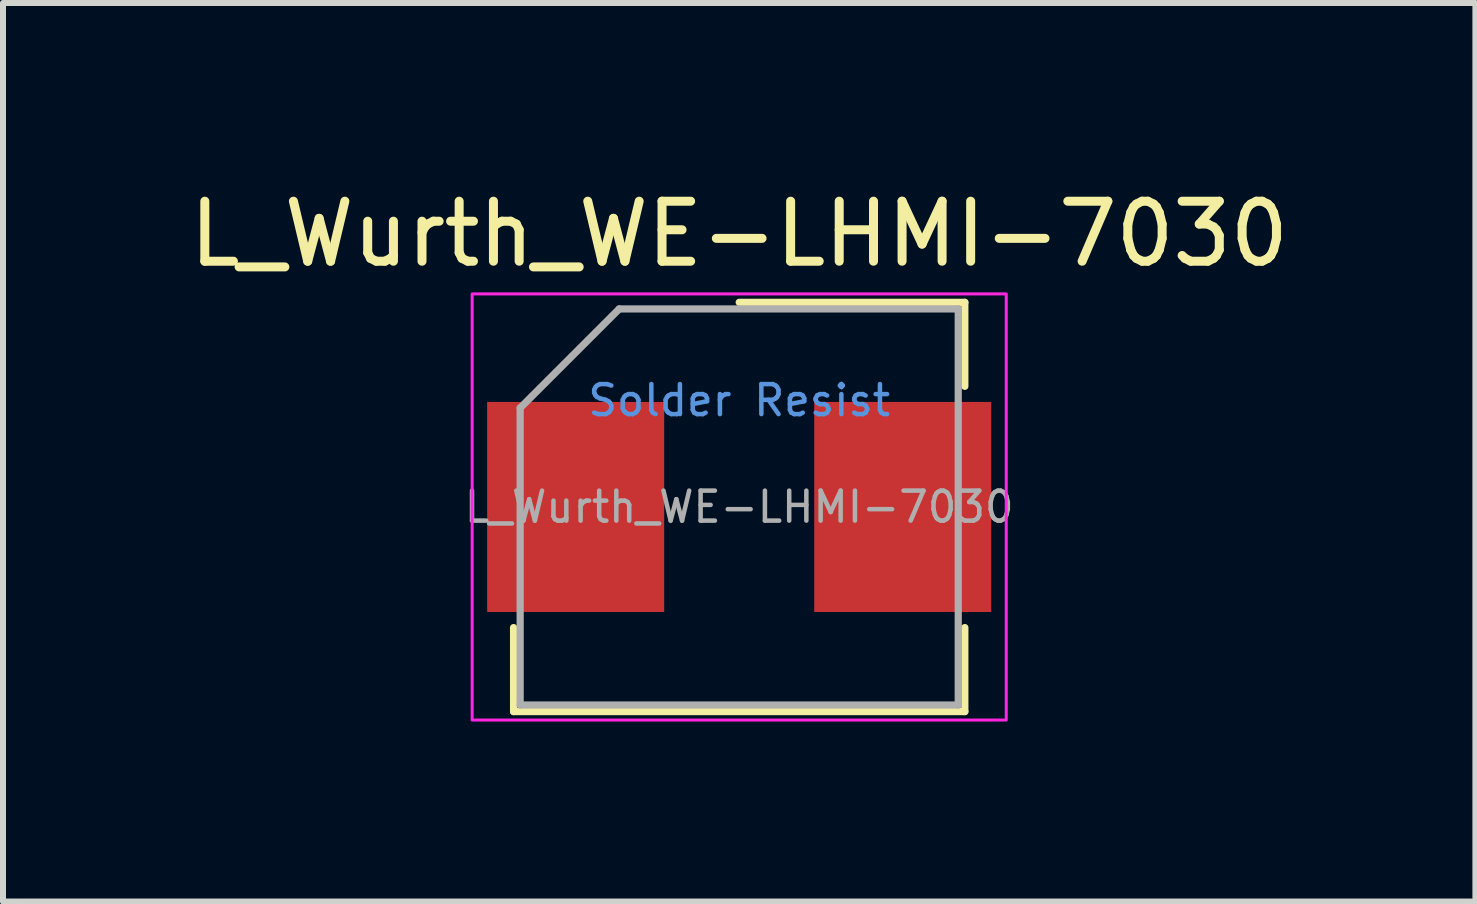
<source format=kicad_pcb>
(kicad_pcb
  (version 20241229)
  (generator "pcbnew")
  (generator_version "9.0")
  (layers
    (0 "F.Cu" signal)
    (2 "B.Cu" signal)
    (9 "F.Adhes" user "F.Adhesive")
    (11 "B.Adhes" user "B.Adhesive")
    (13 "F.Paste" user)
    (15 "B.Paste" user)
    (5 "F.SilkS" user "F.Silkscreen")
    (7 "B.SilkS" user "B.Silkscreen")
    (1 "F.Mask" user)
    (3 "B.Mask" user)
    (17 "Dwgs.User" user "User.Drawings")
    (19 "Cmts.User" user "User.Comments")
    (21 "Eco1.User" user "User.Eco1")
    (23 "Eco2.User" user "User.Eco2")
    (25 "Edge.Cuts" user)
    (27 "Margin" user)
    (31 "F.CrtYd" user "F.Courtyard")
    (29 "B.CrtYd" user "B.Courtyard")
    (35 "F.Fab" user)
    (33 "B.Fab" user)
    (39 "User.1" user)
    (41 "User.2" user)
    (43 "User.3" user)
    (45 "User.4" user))
  (footprint "L_Wurth_WE-LHMI-7030"
    (layer "F.Cu")
    (at 9.268 5.398)
    (property "Reference" "L_Wurth_WE-LHMI-7030" (at 0 -4.55 0) (unlocked yes) (layer "F.SilkS") (effects (font (size 1 1) (thickness 0.15))))
    (attr smd)
    (fp_line (start -3.76 3.41) (end -3.76 2.01) (stroke (width 0.12) (type solid)) (layer "F.SilkS"))
    (fp_line (start -3.76 3.41) (end 3.76 3.41) (stroke (width 0.12) (type solid)) (layer "F.SilkS"))
    (fp_line (start 0 -3.41) (end 3.76 -3.41) (stroke (width 0.12) (type solid)) (layer "F.SilkS"))
    (fp_line (start 3.76 -3.41) (end 3.76 -2.01) (stroke (width 0.12) (type solid)) (layer "F.SilkS"))
    (fp_line (start 3.76 3.41) (end 3.76 2.01) (stroke (width 0.12) (type solid)) (layer "F.SilkS"))
    (fp_rect (start -4.45 -3.55) (end 4.45 3.55) (stroke (width 0.05) (type solid)) (fill no) (layer "F.CrtYd"))
    (fp_line (start -3.65 -1.65) (end -3.65 3.3) (stroke (width 0.12) (type solid)) (layer "F.Fab"))
    (fp_line (start -3.65 3.3) (end 3.65 3.3) (stroke (width 0.12) (type solid)) (layer "F.Fab"))
    (fp_line (start -2 -3.3) (end -3.65 -1.65) (stroke (width 0.12) (type solid)) (layer "F.Fab"))
    (fp_line (start 3.65 -3.3) (end -2 -3.3) (stroke (width 0.12) (type solid)) (layer "F.Fab"))
    (fp_line (start 3.65 3.3) (end 3.65 -3.3) (stroke (width 0.12) (type solid)) (layer "F.Fab"))
    (fp_text user "Solder Resist" (at 0 -1.775 0) (unlocked yes) (layer "Cmts.User") (effects (font (size 0.5 0.5) (thickness 0.075))))
    (fp_text user "${REFERENCE}" (at 0 0 0) (unlocked yes) (layer "F.Fab") (effects (font (size 0.5 0.5) (thickness 0.075))))
    (pad "1" smd rect (at -2.725 0) (size 2.95 3.5) (layers "F.Cu" "F.Mask" "F.Paste"))
    (pad "2" smd rect (at 2.725 0) (size 2.95 3.5) (layers "F.Cu" "F.Mask" "F.Paste"))
    (zone (net_name "") (layers "F.Cu" "Dwgs.User") (name "Solder Resist") (hatch full 0.1) (connect_pads) (min_thickness 0.25) (filled_areas_thickness no) (keepout (tracks not_allowed) (vias not_allowed) (pads not_allowed) (copperpour not_allowed) (footprints not_allowed)) (placement (enabled no)) (fill) (polygon (pts (xy 8.018 8.948) (xy 10.518 8.948) (xy 10.518 1.848) (xy 8.018 1.848)))))
  (gr_rect
    (start -3 -3)
    (end 21.536 11.973)
    (stroke (width 0.1) (type default))
    (fill no)
    (layer "Edge.Cuts")))
</source>
